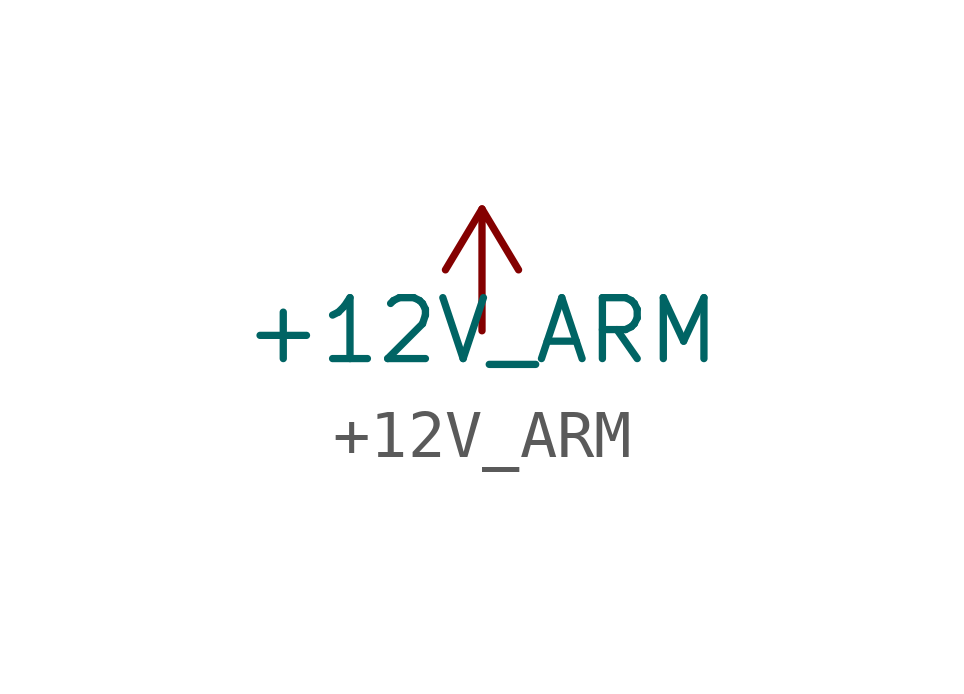
<source format=kicad_sym>
(kicad_symbol_lib
  (version 20241209)
  (generator "kicad_symbol_editor")
  (generator_version "9.0")
  (symbol "+12V_ARM"
    (power)
    (property "Reference" "#PWR"
      (at 0 0 0)
      (effects (font (size 1.27 1.27)) (hide yes)))
    (property "Value" "+12V_ARM"
      (at 0 0 0)
      (effects (font (size 1.27 1.27))))
    (symbol "+12V_ARM_0_1"
      (polyline (pts (xy 0 2.54) (xy -0.762 1.27)) (stroke (width 0) (type default)) (fill (type none)))
      (polyline (pts (xy 0 0) (xy 0 1.27) (xy 0 2.54) (xy 0.762 1.27)) (stroke (width 0) (type default)) (fill (type none))))
    (symbol "+12V_ARM_1_1"
      (pin power_in line (at 0 0 0) (length 2.54) (hide yes) (name "+12V_ARM" (effects (font (size 1.27 1.27)))) (number "" (effects (font (size 1.27 1.27))))))))
</source>
